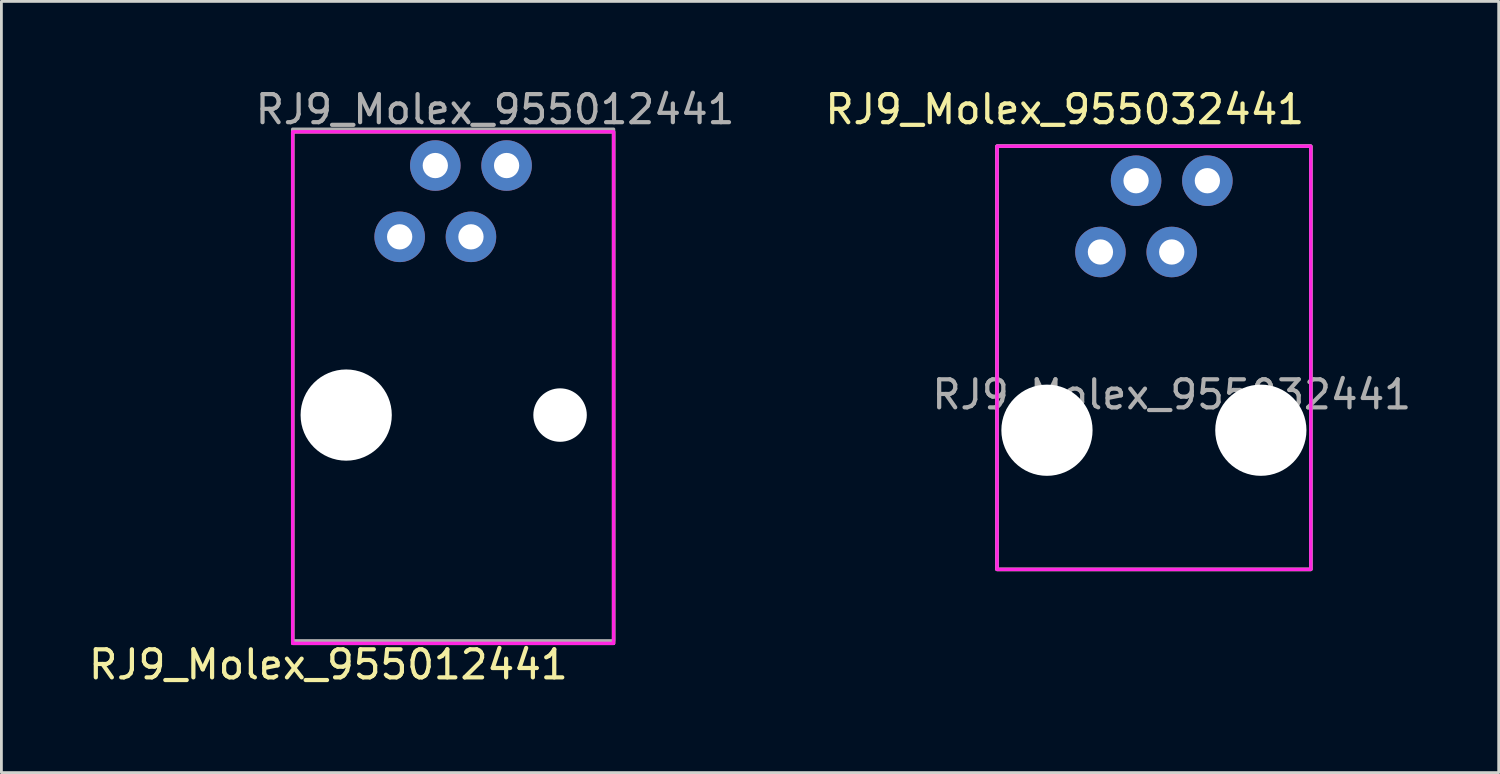
<source format=kicad_pcb>
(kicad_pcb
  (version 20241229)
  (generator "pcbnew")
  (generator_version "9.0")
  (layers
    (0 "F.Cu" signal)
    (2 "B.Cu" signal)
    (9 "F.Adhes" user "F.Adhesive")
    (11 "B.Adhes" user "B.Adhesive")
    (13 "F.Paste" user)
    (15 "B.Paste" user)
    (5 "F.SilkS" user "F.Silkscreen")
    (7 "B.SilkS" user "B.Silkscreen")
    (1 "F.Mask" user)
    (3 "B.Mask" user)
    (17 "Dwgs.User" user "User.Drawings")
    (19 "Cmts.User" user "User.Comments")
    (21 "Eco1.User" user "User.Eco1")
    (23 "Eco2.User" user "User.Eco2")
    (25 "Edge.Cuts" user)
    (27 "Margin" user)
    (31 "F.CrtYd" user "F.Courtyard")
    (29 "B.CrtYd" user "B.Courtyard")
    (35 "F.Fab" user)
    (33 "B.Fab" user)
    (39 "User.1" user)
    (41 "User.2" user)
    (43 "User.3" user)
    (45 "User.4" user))
  (footprint "RJ9_Molex_955032441"
    (layer "F.Cu")
    (at 39.966 3.388)
    (property "Reference" "RJ9_Molex_955032441" (at -5.08 -2.54 0) (unlocked yes) (layer "F.SilkS") (effects (font (size 1 1) (thickness 0.15))))
    (attr through_hole)
    (fp_rect (start -7.495 13.85) (end 3.685 -1.23) (stroke (width 0.12) (type solid)) (fill no) (layer "F.SilkS"))
    (fp_rect (start -7.495 13.85) (end 3.685 -1.23) (stroke (width 0.12) (type solid)) (fill no) (layer "F.CrtYd"))
    (fp_rect (start -7.495 13.85) (end 3.685 -1.23) (stroke (width 0.12) (type solid)) (fill no) (layer "F.Fab"))
    (fp_text user "${REFERENCE}" (at -1.27 7.62 180) (layer "F.Fab") (effects (font (size 1 1) (thickness 0.15))))
    (pad "" np_thru_hole circle (at -5.715 8.89) (size 3.25 3.25) (drill 3.25) (layers "*.Cu" "*.Mask"))
    (pad "" np_thru_hole circle (at 1.905 8.89) (size 3.25 3.25) (drill 3.25) (layers "*.Cu" "*.Mask"))
    (pad "1" thru_hole circle (at 0 0 180) (size 1.8 1.8) (drill 0.9) (layers "*.Cu" "*.Mask"))
    (pad "2" thru_hole circle (at -1.27 2.54 180) (size 1.8 1.8) (drill 0.9) (layers "*.Cu" "*.Mask"))
    (pad "3" thru_hole circle (at -2.54 0 180) (size 1.8 1.8) (drill 0.9) (layers "*.Cu" "*.Mask"))
    (pad "4" thru_hole circle (at -3.81 2.54 180) (size 1.8 1.8) (drill 0.9) (layers "*.Cu" "*.Mask")))
  (footprint "RJ9_Molex_955012441"
    (layer "F.Cu")
    (at 14.999 2.848)
    (property "Reference" "RJ9_Molex_955012441" (at -6.35 17.78 0) (unlocked yes) (layer "F.SilkS") (effects (font (size 1 1) (thickness 0.15))))
    (attr through_hole)
    (fp_rect (start 3.812 17.024) (end -7.622 -1.203) (stroke (width 0.12) (type solid)) (fill no) (layer "F.SilkS"))
    (fp_rect (start 3.812 17.024) (end -7.622 -1.203) (stroke (width 0.12) (type solid)) (fill no) (layer "F.CrtYd"))
    (fp_rect (start 3.812 16.932) (end -7.622 -1.295) (stroke (width 0.12) (type solid)) (fill no) (layer "F.Fab"))
    (fp_text user "${REFERENCE}" (at -0.41 -2 180) (layer "F.Fab") (effects (font (size 1 1) (thickness 0.15))))
    (pad "" np_thru_hole circle (at -5.715 8.89) (size 3.25 3.25) (drill 3.25) (layers "*.Cu" "*.Mask"))
    (pad "" np_thru_hole circle (at 1.905 8.89) (size 1.905 1.905) (drill 3.25) (layers "*.Cu" "*.Mask"))
    (pad "1" thru_hole circle (at 0 0 180) (size 1.8 1.8) (drill 0.9) (layers "*.Cu" "*.Mask"))
    (pad "2" thru_hole circle (at -1.27 2.54 180) (size 1.8 1.8) (drill 0.9) (layers "*.Cu" "*.Mask"))
    (pad "3" thru_hole circle (at -2.54 0 180) (size 1.8 1.8) (drill 0.9) (layers "*.Cu" "*.Mask"))
    (pad "4" thru_hole circle (at -3.81 2.54 180) (size 1.8 1.8) (drill 0.9) (layers "*.Cu" "*.Mask")))
  (gr_rect
    (start -3 -3)
    (end 50.345 24.477)
    (stroke (width 0.1) (type default))
    (fill no)
    (layer "Edge.Cuts")))
</source>
